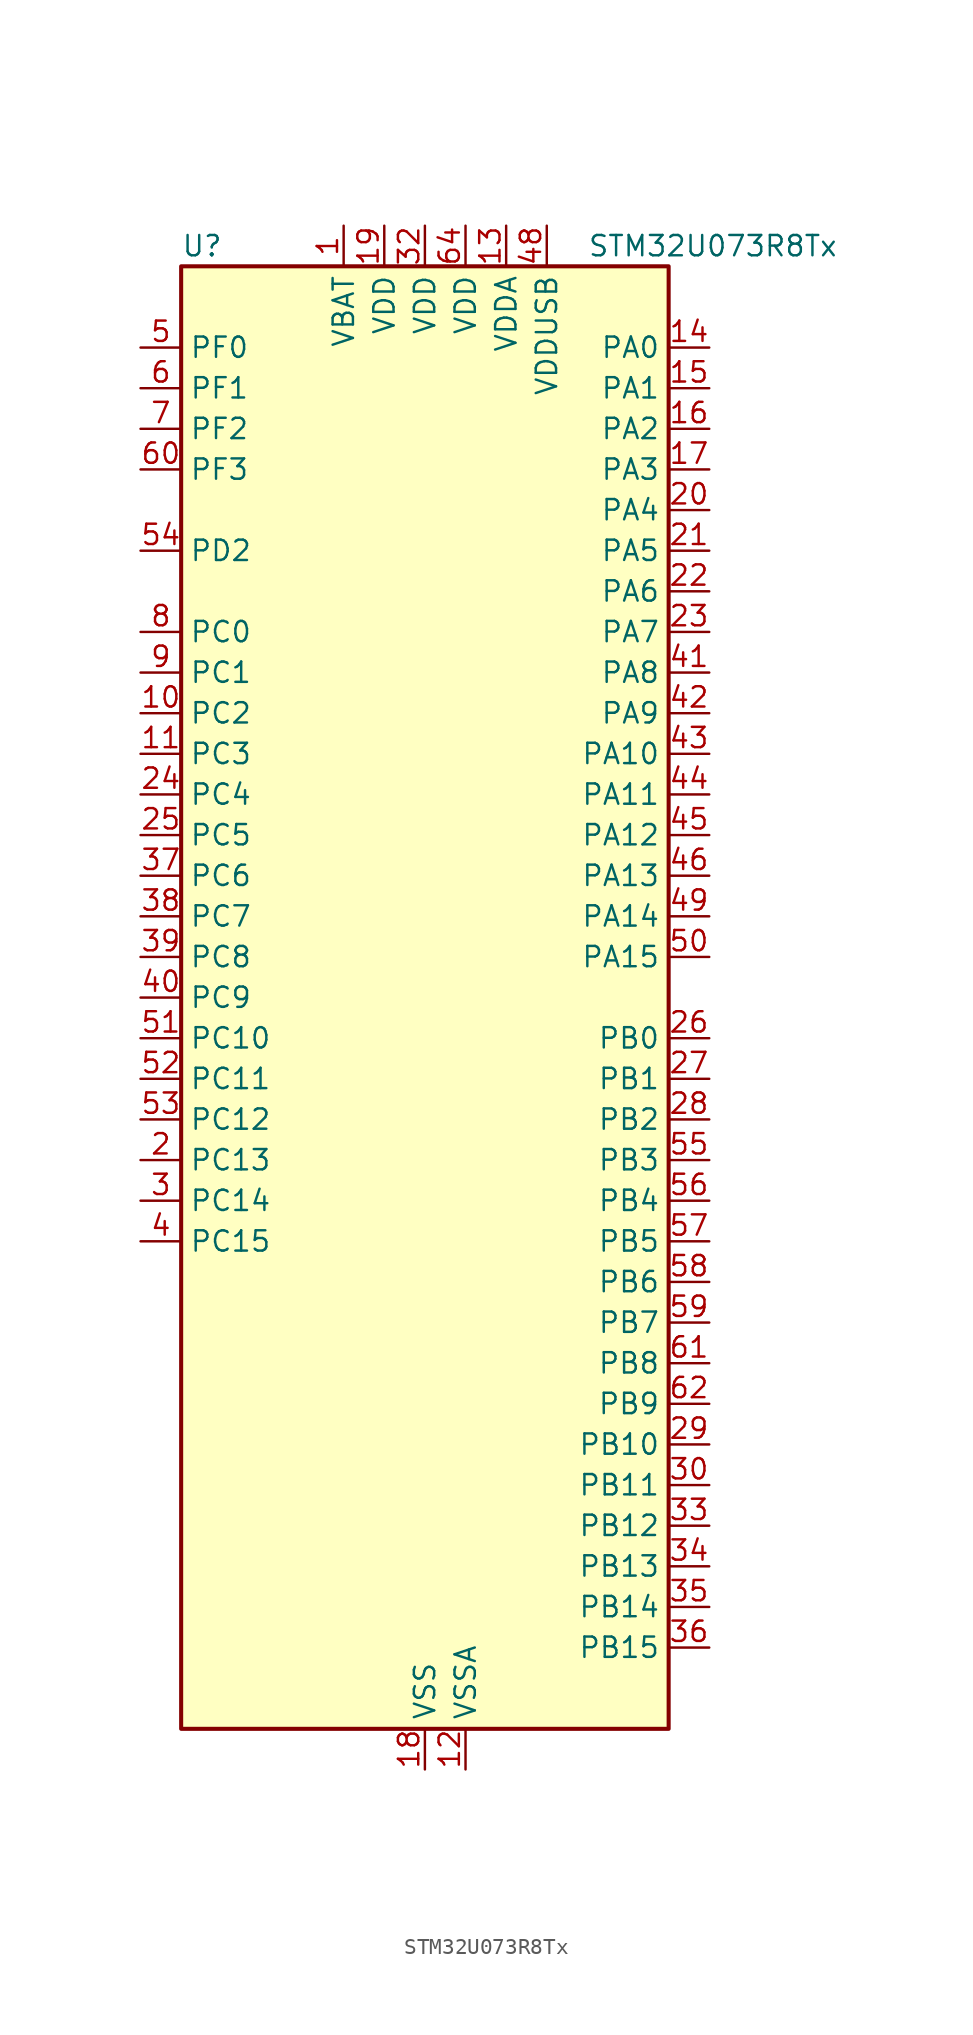
<source format=kicad_sym>
(kicad_symbol_lib
  (version 20241209)
  (generator "kicad_symbol_editor")
  (generator_version "9.0")
  (symbol "STM32U073R8Tx"
    (property "Reference" "U"
      (at -15.24 46.99 0)
      (effects (font (size 1.27 1.27)) (justify left)))
    (property "Value" "STM32U073R8Tx"
      (at 10.16 46.99 0)
      (effects (font (size 1.27 1.27)) (justify left)))
    (symbol "STM32U073R8Tx_0_1"
      (rectangle (start -15.24 -45.72) (end 15.24 45.72) (stroke (width 0.254) (type default)) (fill (type background))))
    (symbol "STM32U073R8Tx_1_1"
      (pin bidirectional line (at -17.78 40.64 0) (length 2.54) (name "PF0" (effects (font (size 1.27 1.27)))) (number "5" (effects (font (size 1.27 1.27)))) (alternate "RCC_OSC_IN" bidirectional line))
      (pin bidirectional line (at -17.78 38.1 0) (length 2.54) (name "PF1" (effects (font (size 1.27 1.27)))) (number "6" (effects (font (size 1.27 1.27)))) (alternate "RCC_OSC_EN" bidirectional line) (alternate "RCC_OSC_OUT" bidirectional line))
      (pin bidirectional line (at -17.78 35.56 0) (length 2.54) (name "PF2" (effects (font (size 1.27 1.27)))) (number "7" (effects (font (size 1.27 1.27)))) (alternate "RCC_MCO" bidirectional line))
      (pin bidirectional line (at -17.78 33.02 0) (length 2.54) (name "PF3" (effects (font (size 1.27 1.27)))) (number "60" (effects (font (size 1.27 1.27)))))
      (pin bidirectional line (at -17.78 27.94 0) (length 2.54) (name "PD2" (effects (font (size 1.27 1.27)))) (number "54" (effects (font (size 1.27 1.27)))) (alternate "LCD_COM7" bidirectional line) (alternate "LCD_SEG31" bidirectional line) (alternate "LCD_SEG51" bidirectional line) (alternate "TIM3_ETR" bidirectional line) (alternate "TSC_SYNC" bidirectional line) (alternate "USART3_DE" bidirectional line) (alternate "USART3_RTS" bidirectional line))
      (pin bidirectional line (at -17.78 22.86 0) (length 2.54) (name "PC0" (effects (font (size 1.27 1.27)))) (number "8" (effects (font (size 1.27 1.27)))) (alternate "ADC1_IN0" bidirectional line) (alternate "I2C3_SCL" bidirectional line) (alternate "I2C4_SCL" bidirectional line) (alternate "LCD_SEG18" bidirectional line) (alternate "LPTIM1_IN1" bidirectional line) (alternate "LPTIM2_IN1" bidirectional line) (alternate "LPUART1_RX" bidirectional line) (alternate "LPUART2_TX" bidirectional line))
      (pin bidirectional line (at -17.78 20.32 0) (length 2.54) (name "PC1" (effects (font (size 1.27 1.27)))) (number "9" (effects (font (size 1.27 1.27)))) (alternate "ADC1_IN1" bidirectional line) (alternate "I2C3_SDA" bidirectional line) (alternate "I2C4_SDA" bidirectional line) (alternate "LCD_SEG19" bidirectional line) (alternate "LPTIM1_CH1" bidirectional line) (alternate "LPUART1_TX" bidirectional line) (alternate "LPUART2_RX" bidirectional line))
      (pin bidirectional line (at -17.78 17.78 0) (length 2.54) (name "PC2" (effects (font (size 1.27 1.27)))) (number "10" (effects (font (size 1.27 1.27)))) (alternate "ADC1_IN2" bidirectional line) (alternate "LCD_SEG20" bidirectional line) (alternate "LPTIM1_IN2" bidirectional line) (alternate "RCC_MCO2" bidirectional line) (alternate "SPI2_MISO" bidirectional line))
      (pin bidirectional line (at -17.78 15.24 0) (length 2.54) (name "PC3" (effects (font (size 1.27 1.27)))) (number "11" (effects (font (size 1.27 1.27)))) (alternate "ADC1_IN3" bidirectional line) (alternate "LCD_VLCD" bidirectional line) (alternate "LPTIM1_ETR" bidirectional line) (alternate "LPTIM2_ETR" bidirectional line) (alternate "LPTIM3_CH1" bidirectional line) (alternate "SPI2_MOSI" bidirectional line) (alternate "USART4_CK" bidirectional line))
      (pin bidirectional line (at -17.78 12.7 0) (length 2.54) (name "PC4" (effects (font (size 1.27 1.27)))) (number "24" (effects (font (size 1.27 1.27)))) (alternate "ADC1_IN15" bidirectional line) (alternate "COMP1_INM" bidirectional line) (alternate "LCD_SEG22" bidirectional line) (alternate "LPUART3_TX" bidirectional line) (alternate "USART3_TX" bidirectional line))
      (pin bidirectional line (at -17.78 10.16 0) (length 2.54) (name "PC5" (effects (font (size 1.27 1.27)))) (number "25" (effects (font (size 1.27 1.27)))) (alternate "ADC1_IN16" bidirectional line) (alternate "COMP1_INP" bidirectional line) (alternate "LCD_SEG23" bidirectional line) (alternate "LPTIM3_CH3" bidirectional line) (alternate "LPUART3_RX" bidirectional line) (alternate "PWR_WKUP5" bidirectional line) (alternate "TAMP_IN4" bidirectional line) (alternate "USART3_RX" bidirectional line))
      (pin bidirectional line (at -17.78 7.62 0) (length 2.54) (name "PC6" (effects (font (size 1.27 1.27)))) (number "37" (effects (font (size 1.27 1.27)))) (alternate "COMP1_INP" bidirectional line) (alternate "LCD_SEG24" bidirectional line) (alternate "LPUART2_TX" bidirectional line) (alternate "TIM3_CH1" bidirectional line) (alternate "TSC_G4_IO1" bidirectional line))
      (pin bidirectional line (at -17.78 5.08 0) (length 2.54) (name "PC7" (effects (font (size 1.27 1.27)))) (number "38" (effects (font (size 1.27 1.27)))) (alternate "LCD_SEG25" bidirectional line) (alternate "LPTIM2_CH2" bidirectional line) (alternate "LPTIM3_CH4" bidirectional line) (alternate "LPUART2_RX" bidirectional line) (alternate "TIM3_CH2" bidirectional line) (alternate "TSC_G4_IO2" bidirectional line))
      (pin bidirectional line (at -17.78 2.54 0) (length 2.54) (name "PC8" (effects (font (size 1.27 1.27)))) (number "39" (effects (font (size 1.27 1.27)))) (alternate "LCD_SEG26" bidirectional line) (alternate "LPTIM3_CH1" bidirectional line) (alternate "TIM3_CH3" bidirectional line) (alternate "TSC_G4_IO3" bidirectional line))
      (pin bidirectional line (at -17.78 0 0) (length 2.54) (name "PC9" (effects (font (size 1.27 1.27)))) (number "40" (effects (font (size 1.27 1.27)))) (alternate "DAC1_EXTI9" bidirectional line) (alternate "LCD_SEG27" bidirectional line) (alternate "LPTIM3_CH2" bidirectional line) (alternate "TIM3_CH4" bidirectional line) (alternate "TSC_G4_IO4" bidirectional line) (alternate "USB_NOE" bidirectional line))
      (pin bidirectional line (at -17.78 -2.54 0) (length 2.54) (name "PC10" (effects (font (size 1.27 1.27)))) (number "51" (effects (font (size 1.27 1.27)))) (alternate "LCD_COM4" bidirectional line) (alternate "LCD_SEG28" bidirectional line) (alternate "LCD_SEG48" bidirectional line) (alternate "LPTIM3_ETR" bidirectional line) (alternate "SPI3_SCK" bidirectional line) (alternate "TSC_G3_IO2" bidirectional line) (alternate "USART3_TX" bidirectional line) (alternate "USART4_TX" bidirectional line))
      (pin bidirectional line (at -17.78 -5.08 0) (length 2.54) (name "PC11" (effects (font (size 1.27 1.27)))) (number "52" (effects (font (size 1.27 1.27)))) (alternate "ADC1_EXTI11" bidirectional line) (alternate "LCD_COM5" bidirectional line) (alternate "LCD_SEG29" bidirectional line) (alternate "LCD_SEG49" bidirectional line) (alternate "LPTIM3_IN1" bidirectional line) (alternate "SPI3_MISO" bidirectional line) (alternate "TSC_G3_IO3" bidirectional line) (alternate "USART3_RX" bidirectional line) (alternate "USART4_RX" bidirectional line))
      (pin bidirectional line (at -17.78 -7.62 0) (length 2.54) (name "PC12" (effects (font (size 1.27 1.27)))) (number "53" (effects (font (size 1.27 1.27)))) (alternate "LCD_COM6" bidirectional line) (alternate "LCD_SEG30" bidirectional line) (alternate "LCD_SEG50" bidirectional line) (alternate "LPTIM3_CH3" bidirectional line) (alternate "SPI3_MOSI" bidirectional line) (alternate "USART3_CK" bidirectional line) (alternate "USART4_CK" bidirectional line))
      (pin bidirectional line (at -17.78 -10.16 0) (length 2.54) (name "PC13" (effects (font (size 1.27 1.27)))) (number "2" (effects (font (size 1.27 1.27)))) (alternate "LPTIM1_CH3" bidirectional line) (alternate "LPTIM3_CH3" bidirectional line) (alternate "PWR_WKUP2" bidirectional line) (alternate "RTC_OUT1" bidirectional line) (alternate "RTC_TS" bidirectional line) (alternate "TAMP_IN1" bidirectional line))
      (pin bidirectional line (at -17.78 -12.7 0) (length 2.54) (name "PC14" (effects (font (size 1.27 1.27)))) (number "3" (effects (font (size 1.27 1.27)))) (alternate "RCC_OSC32_IN" bidirectional line))
      (pin bidirectional line (at -17.78 -15.24 0) (length 2.54) (name "PC15" (effects (font (size 1.27 1.27)))) (number "4" (effects (font (size 1.27 1.27)))) (alternate "RCC_OSC32_EN" bidirectional line) (alternate "RCC_OSC32_OUT" bidirectional line) (alternate "RCC_OSC_EN" bidirectional line))
      (pin power_in line (at -5.08 48.26 270) (length 2.54) (name "VBAT" (effects (font (size 1.27 1.27)))) (number "1" (effects (font (size 1.27 1.27)))))
      (pin power_in line (at -2.54 48.26 270) (length 2.54) (name "VDD" (effects (font (size 1.27 1.27)))) (number "19" (effects (font (size 1.27 1.27)))))
      (pin power_in line (at 0 48.26 270) (length 2.54) (name "VDD" (effects (font (size 1.27 1.27)))) (number "32" (effects (font (size 1.27 1.27)))))
      (pin power_in line (at 0 -48.26 90) (length 2.54) (name "VSS" (effects (font (size 1.27 1.27)))) (number "18" (effects (font (size 1.27 1.27)))))
      (pin passive line (at 0 -48.26 90) (length 2.54) (hide yes) (name "VSS" (effects (font (size 1.27 1.27)))) (number "31" (effects (font (size 1.27 1.27)))))
      (pin passive line (at 0 -48.26 90) (length 2.54) (hide yes) (name "VSS" (effects (font (size 1.27 1.27)))) (number "47" (effects (font (size 1.27 1.27)))))
      (pin passive line (at 0 -48.26 90) (length 2.54) (hide yes) (name "VSS" (effects (font (size 1.27 1.27)))) (number "63" (effects (font (size 1.27 1.27)))))
      (pin power_in line (at 2.54 48.26 270) (length 2.54) (name "VDD" (effects (font (size 1.27 1.27)))) (number "64" (effects (font (size 1.27 1.27)))))
      (pin power_in line (at 2.54 -48.26 90) (length 2.54) (name "VSSA" (effects (font (size 1.27 1.27)))) (number "12" (effects (font (size 1.27 1.27)))))
      (pin power_in line (at 5.08 48.26 270) (length 2.54) (name "VDDA" (effects (font (size 1.27 1.27)))) (number "13" (effects (font (size 1.27 1.27)))))
      (pin power_in line (at 7.62 48.26 270) (length 2.54) (name "VDDUSB" (effects (font (size 1.27 1.27)))) (number "48" (effects (font (size 1.27 1.27)))))
      (pin bidirectional line (at 17.78 40.64 180) (length 2.54) (name "PA0" (effects (font (size 1.27 1.27)))) (number "14" (effects (font (size 1.27 1.27)))) (alternate "ADC1_IN4" bidirectional line) (alternate "COMP1_INM" bidirectional line) (alternate "COMP1_OUT" bidirectional line) (alternate "LCD_SEG42" bidirectional line) (alternate "OPAMP1_VINP" bidirectional line) (alternate "PWR_WKUP1" bidirectional line) (alternate "TAMP_IN2" bidirectional line) (alternate "TIM2_CH1" bidirectional line) (alternate "TIM2_ETR" bidirectional line) (alternate "USART2_CTS" bidirectional line) (alternate "USART4_TX" bidirectional line))
      (pin bidirectional line (at 17.78 38.1 180) (length 2.54) (name "PA1" (effects (font (size 1.27 1.27)))) (number "15" (effects (font (size 1.27 1.27)))) (alternate "ADC1_IN5" bidirectional line) (alternate "COMP1_INP" bidirectional line) (alternate "LCD_SEG0" bidirectional line) (alternate "LPTIM1_CH2" bidirectional line) (alternate "OPAMP1_VINM" bidirectional line) (alternate "PWR_WKUP3" bidirectional line) (alternate "SPI1_SCK" bidirectional line) (alternate "SPI2_SCK" bidirectional line) (alternate "TAMP_IN5" bidirectional line) (alternate "TIM15_CH1N" bidirectional line) (alternate "TIM2_CH2" bidirectional line) (alternate "USART2_DE" bidirectional line) (alternate "USART2_RTS" bidirectional line) (alternate "USART4_RX" bidirectional line))
      (pin bidirectional line (at 17.78 35.56 180) (length 2.54) (name "PA2" (effects (font (size 1.27 1.27)))) (number "16" (effects (font (size 1.27 1.27)))) (alternate "ADC1_IN6" bidirectional line) (alternate "COMP2_INM" bidirectional line) (alternate "COMP2_OUT" bidirectional line) (alternate "LCD_SEG1" bidirectional line) (alternate "LPUART1_TX" bidirectional line) (alternate "PWR_WKUP4" bidirectional line) (alternate "RCC_LSCO" bidirectional line) (alternate "TIM15_CH1" bidirectional line) (alternate "TIM2_CH3" bidirectional line) (alternate "USART2_TX" bidirectional line))
      (pin bidirectional line (at 17.78 33.02 180) (length 2.54) (name "PA3" (effects (font (size 1.27 1.27)))) (number "17" (effects (font (size 1.27 1.27)))) (alternate "ADC1_IN7" bidirectional line) (alternate "COMP2_INP" bidirectional line) (alternate "LCD_SEG2" bidirectional line) (alternate "LPUART1_RX" bidirectional line) (alternate "OPAMP1_VOUT" bidirectional line) (alternate "TIM15_CH2" bidirectional line) (alternate "TIM2_CH4" bidirectional line) (alternate "USART2_RX" bidirectional line))
      (pin bidirectional line (at 17.78 30.48 180) (length 2.54) (name "PA4" (effects (font (size 1.27 1.27)))) (number "20" (effects (font (size 1.27 1.27)))) (alternate "ADC1_IN8" bidirectional line) (alternate "COMP1_INM" bidirectional line) (alternate "COMP2_INM" bidirectional line) (alternate "DAC1_OUT1" bidirectional line) (alternate "LCD_SEG43" bidirectional line) (alternate "LPTIM2_CH1" bidirectional line) (alternate "LPUART3_TX" bidirectional line) (alternate "SPI1_NSS" bidirectional line) (alternate "SPI3_NSS" bidirectional line) (alternate "USART2_CK" bidirectional line))
      (pin bidirectional line (at 17.78 27.94 180) (length 2.54) (name "PA5" (effects (font (size 1.27 1.27)))) (number "21" (effects (font (size 1.27 1.27)))) (alternate "ADC1_IN9" bidirectional line) (alternate "COMP1_INM" bidirectional line) (alternate "COMP2_INM" bidirectional line) (alternate "LCD_SEG44" bidirectional line) (alternate "LPTIM2_ETR" bidirectional line) (alternate "LPUART3_RX" bidirectional line) (alternate "SPI1_SCK" bidirectional line) (alternate "TIM2_CH1" bidirectional line) (alternate "TIM2_ETR" bidirectional line) (alternate "USART3_TX" bidirectional line))
      (pin bidirectional line (at 17.78 25.4 180) (length 2.54) (name "PA6" (effects (font (size 1.27 1.27)))) (number "22" (effects (font (size 1.27 1.27)))) (alternate "ADC1_IN10" bidirectional line) (alternate "COMP1_OUT" bidirectional line) (alternate "I2C2_SDA" bidirectional line) (alternate "I2C3_SDA" bidirectional line) (alternate "LCD_SEG3" bidirectional line) (alternate "LPUART1_CTS" bidirectional line) (alternate "SPI1_MISO" bidirectional line) (alternate "TIM16_CH1" bidirectional line) (alternate "TIM1_BKIN" bidirectional line) (alternate "TIM3_CH1" bidirectional line) (alternate "TSC_G5_IO1" bidirectional line) (alternate "USART3_CTS" bidirectional line))
      (pin bidirectional line (at 17.78 22.86 180) (length 2.54) (name "PA7" (effects (font (size 1.27 1.27)))) (number "23" (effects (font (size 1.27 1.27)))) (alternate "ADC1_IN14" bidirectional line) (alternate "COMP2_OUT" bidirectional line) (alternate "I2C2_SCL" bidirectional line) (alternate "I2C3_SCL" bidirectional line) (alternate "LCD_SEG4" bidirectional line) (alternate "LPTIM2_CH2" bidirectional line) (alternate "SPI1_MOSI" bidirectional line) (alternate "TIM1_CH1N" bidirectional line) (alternate "TIM3_CH2" bidirectional line) (alternate "USART3_RX" bidirectional line))
      (pin bidirectional line (at 17.78 20.32 180) (length 2.54) (name "PA8" (effects (font (size 1.27 1.27)))) (number "41" (effects (font (size 1.27 1.27)))) (alternate "LCD_COM0" bidirectional line) (alternate "LPTIM2_CH1" bidirectional line) (alternate "RCC_MCO" bidirectional line) (alternate "RCC_MCO2" bidirectional line) (alternate "TIM1_CH1" bidirectional line) (alternate "TSC_G7_IO1" bidirectional line) (alternate "USART1_CK" bidirectional line))
      (pin bidirectional line (at 17.78 17.78 180) (length 2.54) (name "PA9" (effects (font (size 1.27 1.27)))) (number "42" (effects (font (size 1.27 1.27)))) (alternate "COMP1_INP" bidirectional line) (alternate "DAC1_EXTI9" bidirectional line) (alternate "I2C1_SCL" bidirectional line) (alternate "I2C2_SCL" bidirectional line) (alternate "LCD_COM1" bidirectional line) (alternate "RCC_MCO" bidirectional line) (alternate "TIM15_BKIN" bidirectional line) (alternate "TIM1_CH2" bidirectional line) (alternate "TSC_G7_IO2" bidirectional line) (alternate "USART1_TX" bidirectional line))
      (pin bidirectional line (at 17.78 15.24 180) (length 2.54) (name "PA10" (effects (font (size 1.27 1.27)))) (number "43" (effects (font (size 1.27 1.27)))) (alternate "CRS_SYNC" bidirectional line) (alternate "I2C1_SDA" bidirectional line) (alternate "I2C2_SDA" bidirectional line) (alternate "LCD_COM2" bidirectional line) (alternate "RCC_MCO2" bidirectional line) (alternate "SPI2_NSS" bidirectional line) (alternate "TIM1_CH3" bidirectional line) (alternate "TSC_G7_IO3" bidirectional line) (alternate "USART1_RX" bidirectional line))
      (pin bidirectional line (at 17.78 12.7 180) (length 2.54) (name "PA11" (effects (font (size 1.27 1.27)))) (number "44" (effects (font (size 1.27 1.27)))) (alternate "ADC1_EXTI11" bidirectional line) (alternate "COMP1_OUT" bidirectional line) (alternate "SPI1_MISO" bidirectional line) (alternate "SPI2_MISO" bidirectional line) (alternate "TIM1_BKIN2" bidirectional line) (alternate "TIM1_CH4" bidirectional line) (alternate "USART1_CTS" bidirectional line) (alternate "USB_DM" bidirectional line))
      (pin bidirectional line (at 17.78 10.16 180) (length 2.54) (name "PA12" (effects (font (size 1.27 1.27)))) (number "45" (effects (font (size 1.27 1.27)))) (alternate "SPI1_MOSI" bidirectional line) (alternate "SPI2_MOSI" bidirectional line) (alternate "TIM1_ETR" bidirectional line) (alternate "USART1_DE" bidirectional line) (alternate "USART1_RTS" bidirectional line) (alternate "USB_DP" bidirectional line))
      (pin bidirectional line (at 17.78 7.62 180) (length 2.54) (name "PA13" (effects (font (size 1.27 1.27)))) (number "46" (effects (font (size 1.27 1.27)))) (alternate "DEBUG_JTMS-SWDIO" bidirectional line) (alternate "IR_OUT" bidirectional line) (alternate "LCD_SEG40" bidirectional line) (alternate "TSC_G7_IO4" bidirectional line) (alternate "USB_NOE" bidirectional line))
      (pin bidirectional line (at 17.78 5.08 180) (length 2.54) (name "PA14" (effects (font (size 1.27 1.27)))) (number "49" (effects (font (size 1.27 1.27)))) (alternate "DEBUG_JTCK-SWCLK" bidirectional line) (alternate "LCD_SEG41" bidirectional line) (alternate "LPTIM1_CH1" bidirectional line) (alternate "TSC_G3_IO4" bidirectional line))
      (pin bidirectional line (at 17.78 2.54 180) (length 2.54) (name "PA15" (effects (font (size 1.27 1.27)))) (number "50" (effects (font (size 1.27 1.27)))) (alternate "DEBUG_JTDI" bidirectional line) (alternate "LCD_SEG17" bidirectional line) (alternate "LPTIM3_CH3" bidirectional line) (alternate "LPTIM3_IN2" bidirectional line) (alternate "SPI1_NSS" bidirectional line) (alternate "SPI3_NSS" bidirectional line) (alternate "TIM2_CH1" bidirectional line) (alternate "TIM2_ETR" bidirectional line) (alternate "TSC_G3_IO1" bidirectional line) (alternate "USART2_RX" bidirectional line) (alternate "USART3_DE" bidirectional line) (alternate "USART3_RTS" bidirectional line) (alternate "USART4_DE" bidirectional line) (alternate "USART4_RTS" bidirectional line))
      (pin bidirectional line (at 17.78 -2.54 180) (length 2.54) (name "PB0" (effects (font (size 1.27 1.27)))) (number "26" (effects (font (size 1.27 1.27)))) (alternate "ADC1_IN17" bidirectional line) (alternate "COMP1_OUT" bidirectional line) (alternate "LCD_SEG5" bidirectional line) (alternate "LPTIM3_CH1" bidirectional line) (alternate "LPUART2_CTS" bidirectional line) (alternate "SPI1_NSS" bidirectional line) (alternate "TIM1_CH2N" bidirectional line) (alternate "TIM3_CH3" bidirectional line) (alternate "TSC_G5_IO2" bidirectional line) (alternate "USART3_CK" bidirectional line))
      (pin bidirectional line (at 17.78 -5.08 180) (length 2.54) (name "PB1" (effects (font (size 1.27 1.27)))) (number "27" (effects (font (size 1.27 1.27)))) (alternate "ADC1_IN18" bidirectional line) (alternate "COMP1_INM" bidirectional line) (alternate "LCD_SEG6" bidirectional line) (alternate "LPTIM2_IN1" bidirectional line) (alternate "LPTIM3_CH2" bidirectional line) (alternate "LPUART1_DE" bidirectional line) (alternate "LPUART1_RTS" bidirectional line) (alternate "LPUART2_DE" bidirectional line) (alternate "LPUART2_RTS" bidirectional line) (alternate "TIM1_CH3N" bidirectional line) (alternate "TIM3_CH4" bidirectional line) (alternate "TSC_SYNC" bidirectional line) (alternate "USART3_DE" bidirectional line) (alternate "USART3_RTS" bidirectional line))
      (pin bidirectional line (at 17.78 -7.62 180) (length 2.54) (name "PB2" (effects (font (size 1.27 1.27)))) (number "28" (effects (font (size 1.27 1.27)))) (alternate "COMP1_INP" bidirectional line) (alternate "LCD_VLCD" bidirectional line) (alternate "LPTIM1_CH1" bidirectional line) (alternate "RTC_OUT2" bidirectional line))
      (pin bidirectional line (at 17.78 -10.16 180) (length 2.54) (name "PB3" (effects (font (size 1.27 1.27)))) (number "55" (effects (font (size 1.27 1.27)))) (alternate "COMP2_INM" bidirectional line) (alternate "DEBUG_JTDO-SWO" bidirectional line) (alternate "I2C2_SCL" bidirectional line) (alternate "I2C3_SCL" bidirectional line) (alternate "LCD_SEG7" bidirectional line) (alternate "LPTIM1_CH3" bidirectional line) (alternate "SPI1_SCK" bidirectional line) (alternate "SPI3_SCK" bidirectional line) (alternate "TIM2_CH2" bidirectional line) (alternate "USART1_DE" bidirectional line) (alternate "USART1_RTS" bidirectional line))
      (pin bidirectional line (at 17.78 -12.7 180) (length 2.54) (name "PB4" (effects (font (size 1.27 1.27)))) (number "56" (effects (font (size 1.27 1.27)))) (alternate "COMP2_INP" bidirectional line) (alternate "I2C2_SDA" bidirectional line) (alternate "I2C3_SDA" bidirectional line) (alternate "LCD_SEG8" bidirectional line) (alternate "LPTIM1_CH4" bidirectional line) (alternate "LPUART3_DE" bidirectional line) (alternate "LPUART3_RTS" bidirectional line) (alternate "SPI1_MISO" bidirectional line) (alternate "SPI3_MISO" bidirectional line) (alternate "TIM3_CH1" bidirectional line) (alternate "TSC_G2_IO1" bidirectional line) (alternate "USART1_CTS" bidirectional line))
      (pin bidirectional line (at 17.78 -15.24 180) (length 2.54) (name "PB5" (effects (font (size 1.27 1.27)))) (number "57" (effects (font (size 1.27 1.27)))) (alternate "COMP2_OUT" bidirectional line) (alternate "LCD_SEG9" bidirectional line) (alternate "LPTIM1_IN1" bidirectional line) (alternate "LPUART3_CTS" bidirectional line) (alternate "SPI1_MOSI" bidirectional line) (alternate "SPI3_MOSI" bidirectional line) (alternate "TIM16_BKIN" bidirectional line) (alternate "TIM3_CH2" bidirectional line) (alternate "TSC_G2_IO2" bidirectional line) (alternate "USART1_CK" bidirectional line))
      (pin bidirectional line (at 17.78 -17.78 180) (length 2.54) (name "PB6" (effects (font (size 1.27 1.27)))) (number "58" (effects (font (size 1.27 1.27)))) (alternate "COMP2_INP" bidirectional line) (alternate "I2C1_SCL" bidirectional line) (alternate "I2C2_SCL" bidirectional line) (alternate "I2C4_SCL" bidirectional line) (alternate "LPTIM1_ETR" bidirectional line) (alternate "LPUART2_TX" bidirectional line) (alternate "LPUART3_TX" bidirectional line) (alternate "TIM16_CH1N" bidirectional line) (alternate "TSC_G2_IO3" bidirectional line) (alternate "USART1_TX" bidirectional line))
      (pin bidirectional line (at 17.78 -20.32 180) (length 2.54) (name "PB7" (effects (font (size 1.27 1.27)))) (number "59" (effects (font (size 1.27 1.27)))) (alternate "COMP2_INM" bidirectional line) (alternate "I2C1_SDA" bidirectional line) (alternate "I2C2_SDA" bidirectional line) (alternate "I2C4_SDA" bidirectional line) (alternate "LCD_SEG21" bidirectional line) (alternate "LPTIM1_IN2" bidirectional line) (alternate "LPUART2_RX" bidirectional line) (alternate "LPUART3_RX" bidirectional line) (alternate "PWR_PVD_IN" bidirectional line) (alternate "TSC_G2_IO4" bidirectional line) (alternate "USART1_RX" bidirectional line) (alternate "USART4_CTS" bidirectional line))
      (pin bidirectional line (at 17.78 -22.86 180) (length 2.54) (name "PB8" (effects (font (size 1.27 1.27)))) (number "61" (effects (font (size 1.27 1.27)))) (alternate "I2C1_SCL" bidirectional line) (alternate "I2C2_SCL" bidirectional line) (alternate "LCD_SEG16" bidirectional line) (alternate "LPTIM1_IN2" bidirectional line) (alternate "LPTIM3_IN2" bidirectional line) (alternate "TIM16_CH1" bidirectional line) (alternate "USART3_TX" bidirectional line))
      (pin bidirectional line (at 17.78 -25.4 180) (length 2.54) (name "PB9" (effects (font (size 1.27 1.27)))) (number "62" (effects (font (size 1.27 1.27)))) (alternate "DAC1_EXTI9" bidirectional line) (alternate "I2C1_SDA" bidirectional line) (alternate "I2C2_SDA" bidirectional line) (alternate "IR_OUT" bidirectional line) (alternate "LCD_COM3" bidirectional line) (alternate "LPTIM1_CH4" bidirectional line) (alternate "LPTIM3_CH4" bidirectional line) (alternate "SPI2_NSS" bidirectional line) (alternate "USART3_RX" bidirectional line))
      (pin bidirectional line (at 17.78 -27.94 180) (length 2.54) (name "PB10" (effects (font (size 1.27 1.27)))) (number "29" (effects (font (size 1.27 1.27)))) (alternate "COMP1_OUT" bidirectional line) (alternate "I2C2_SCL" bidirectional line) (alternate "I2C4_SCL" bidirectional line) (alternate "LCD_SEG10" bidirectional line) (alternate "LPTIM3_CH1" bidirectional line) (alternate "LPUART1_RX" bidirectional line) (alternate "LPUART2_RX" bidirectional line) (alternate "SPI2_SCK" bidirectional line) (alternate "TIM2_CH3" bidirectional line) (alternate "TSC_G5_IO3" bidirectional line) (alternate "USART3_TX" bidirectional line))
      (pin bidirectional line (at 17.78 -30.48 180) (length 2.54) (name "PB11" (effects (font (size 1.27 1.27)))) (number "30" (effects (font (size 1.27 1.27)))) (alternate "ADC1_EXTI11" bidirectional line) (alternate "COMP2_OUT" bidirectional line) (alternate "I2C2_SDA" bidirectional line) (alternate "I2C4_SDA" bidirectional line) (alternate "LCD_SEG11" bidirectional line) (alternate "LPUART1_TX" bidirectional line) (alternate "LPUART2_TX" bidirectional line) (alternate "TIM2_CH4" bidirectional line) (alternate "TSC_G5_IO4" bidirectional line) (alternate "USART3_RX" bidirectional line))
      (pin bidirectional line (at 17.78 -33.02 180) (length 2.54) (name "PB12" (effects (font (size 1.27 1.27)))) (number "33" (effects (font (size 1.27 1.27)))) (alternate "LCD_SEG12" bidirectional line) (alternate "LPUART1_DE" bidirectional line) (alternate "LPUART1_RTS" bidirectional line) (alternate "SPI2_NSS" bidirectional line) (alternate "TIM15_BKIN" bidirectional line) (alternate "TIM1_BKIN" bidirectional line) (alternate "TSC_G1_IO1" bidirectional line) (alternate "USART3_CK" bidirectional line))
      (pin bidirectional line (at 17.78 -35.56 180) (length 2.54) (name "PB13" (effects (font (size 1.27 1.27)))) (number "34" (effects (font (size 1.27 1.27)))) (alternate "I2C2_SCL" bidirectional line) (alternate "LCD_SEG13" bidirectional line) (alternate "LPTIM3_IN1" bidirectional line) (alternate "LPUART1_CTS" bidirectional line) (alternate "SPI2_SCK" bidirectional line) (alternate "TIM15_CH1N" bidirectional line) (alternate "TIM1_CH1N" bidirectional line) (alternate "TSC_G1_IO2" bidirectional line) (alternate "USART3_CTS" bidirectional line))
      (pin bidirectional line (at 17.78 -38.1 180) (length 2.54) (name "PB14" (effects (font (size 1.27 1.27)))) (number "35" (effects (font (size 1.27 1.27)))) (alternate "I2C2_SDA" bidirectional line) (alternate "LCD_SEG14" bidirectional line) (alternate "LPTIM3_ETR" bidirectional line) (alternate "SPI2_MISO" bidirectional line) (alternate "TIM15_CH1" bidirectional line) (alternate "TIM1_CH2N" bidirectional line) (alternate "TSC_G1_IO3" bidirectional line) (alternate "USART3_DE" bidirectional line) (alternate "USART3_RTS" bidirectional line))
      (pin bidirectional line (at 17.78 -40.64 180) (length 2.54) (name "PB15" (effects (font (size 1.27 1.27)))) (number "36" (effects (font (size 1.27 1.27)))) (alternate "LCD_SEG15" bidirectional line) (alternate "PWR_WKUP7" bidirectional line) (alternate "RTC_REFIN" bidirectional line) (alternate "SPI2_MOSI" bidirectional line) (alternate "TAMP_IN3" bidirectional line) (alternate "TIM15_CH2" bidirectional line) (alternate "TIM1_CH3N" bidirectional line) (alternate "TSC_G1_IO4" bidirectional line)))))
</source>
